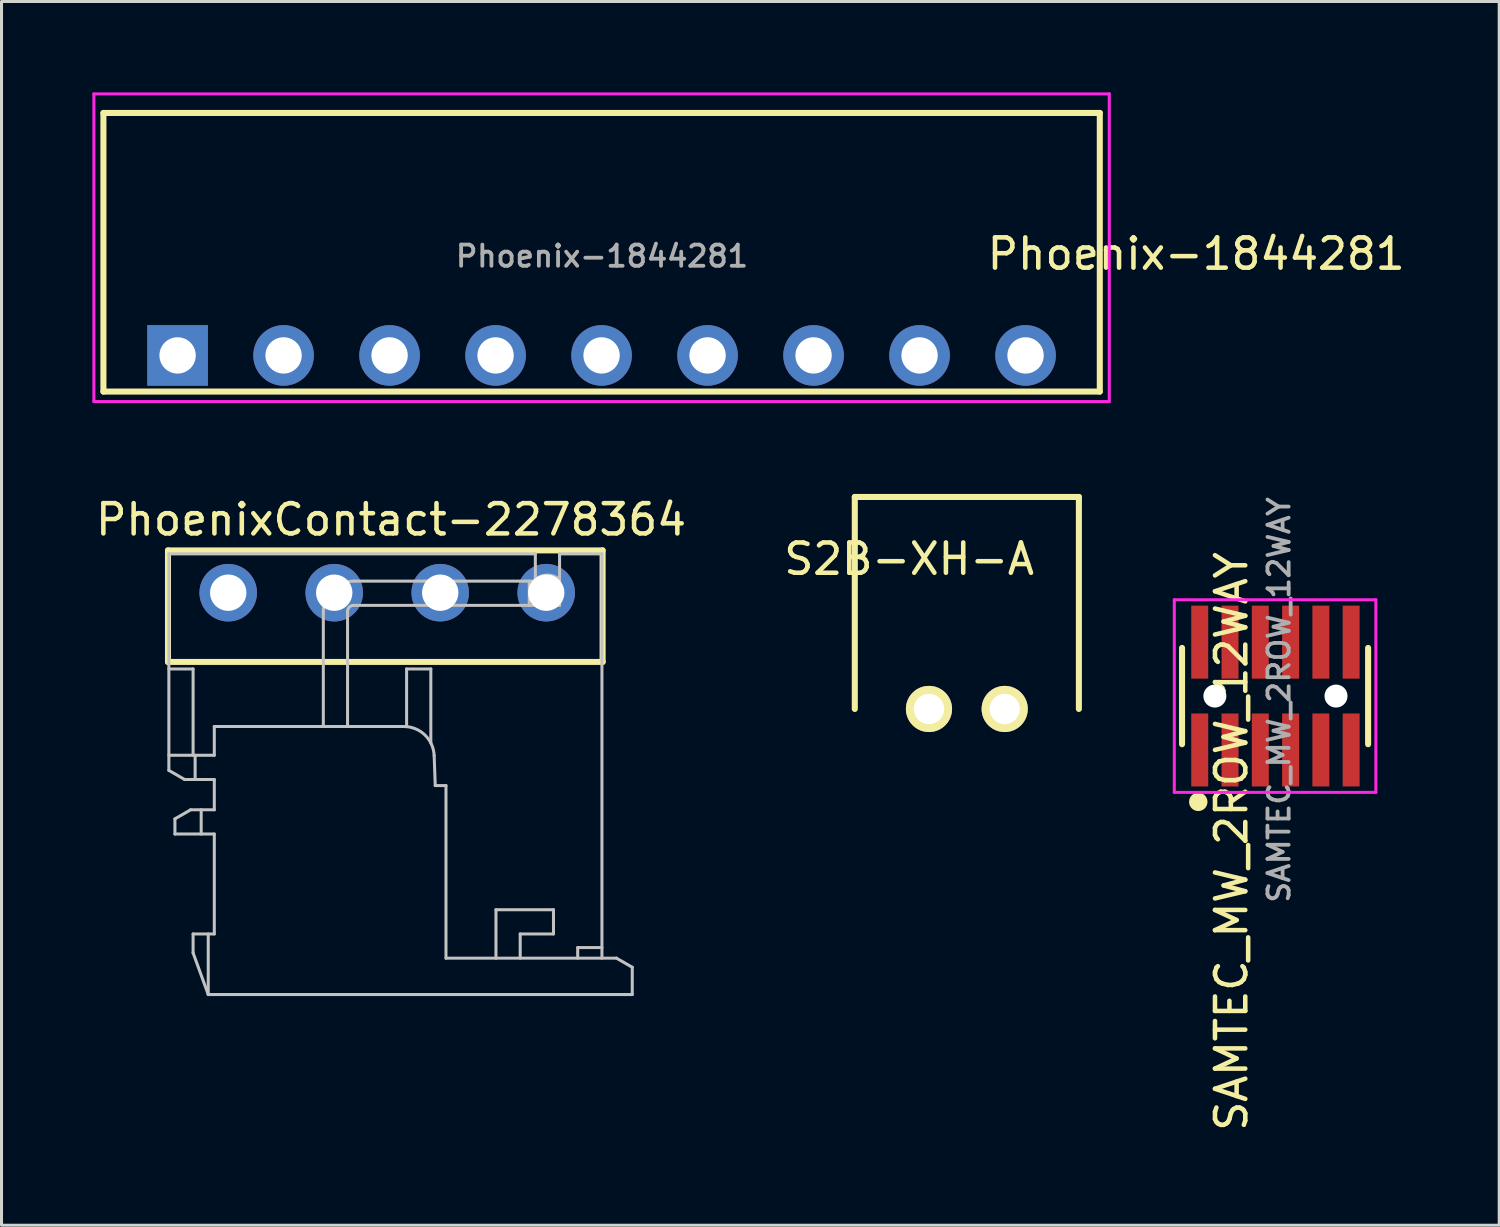
<source format=kicad_pcb>
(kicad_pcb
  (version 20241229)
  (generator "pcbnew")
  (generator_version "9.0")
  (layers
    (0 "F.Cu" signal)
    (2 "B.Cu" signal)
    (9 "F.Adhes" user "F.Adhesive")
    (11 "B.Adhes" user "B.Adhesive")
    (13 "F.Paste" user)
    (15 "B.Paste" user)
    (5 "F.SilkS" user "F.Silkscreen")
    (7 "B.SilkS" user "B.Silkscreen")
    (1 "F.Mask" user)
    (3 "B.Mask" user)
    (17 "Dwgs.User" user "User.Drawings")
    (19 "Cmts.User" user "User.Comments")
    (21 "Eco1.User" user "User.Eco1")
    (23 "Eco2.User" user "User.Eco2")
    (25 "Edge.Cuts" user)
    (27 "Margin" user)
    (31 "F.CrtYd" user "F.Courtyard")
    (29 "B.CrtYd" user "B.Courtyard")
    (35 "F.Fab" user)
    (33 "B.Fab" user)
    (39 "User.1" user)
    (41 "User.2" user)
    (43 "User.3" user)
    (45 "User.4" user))
  (footprint "PhoenixContact-2278364"
    (layer "F.Cu")
    (at 9.736 16.521)
    (property "Reference" "PhoenixContact-2278364" (at 0.127 -2.413 0) (layer "F.SilkS") (effects (font (size 1 1) (thickness 0.15))))
    (attr through_hole)
    (fp_line (start -7.239 -1.397) (end 7.112 -1.397) (stroke (width 0.2) (type solid)) (layer "F.SilkS"))
    (fp_line (start -7.239 2.286) (end -7.239 -1.397) (stroke (width 0.2) (type solid)) (layer "F.SilkS"))
    (fp_line (start 7.112 -1.397) (end 7.112 2.286) (stroke (width 0.2) (type solid)) (layer "F.SilkS"))
    (fp_line (start 7.112 2.286) (end -7.239 2.286) (stroke (width 0.2) (type solid)) (layer "F.SilkS"))
    (fp_line (start -7.21 -1.282) (end -7.21 5.868) (stroke (width 0.1) (type solid)) (layer "Dwgs.User"))
    (fp_line (start -7.21 2.518) (end -6.41 2.518) (stroke (width 0.1) (type solid)) (layer "Dwgs.User"))
    (fp_line (start -7.21 5.368) (end -5.71 5.368) (stroke (width 0.1) (type solid)) (layer "Dwgs.User"))
    (fp_line (start -7.01 7.468) (end -6.49 7.168) (stroke (width 0.1) (type solid)) (layer "Dwgs.User"))
    (fp_line (start -7.01 7.968) (end -7.01 7.468) (stroke (width 0.1) (type solid)) (layer "Dwgs.User"))
    (fp_line (start -7.01 7.968) (end -5.71 7.968) (stroke (width 0.1) (type solid)) (layer "Dwgs.User"))
    (fp_line (start -6.69 6.168) (end -7.21 5.868) (stroke (width 0.1) (type solid)) (layer "Dwgs.User"))
    (fp_line (start -6.49 7.168) (end -5.71 7.168) (stroke (width 0.1) (type solid)) (layer "Dwgs.User"))
    (fp_line (start -6.41 2.518) (end -6.41 5.368) (stroke (width 0.1) (type solid)) (layer "Dwgs.User"))
    (fp_line (start -6.41 11.268) (end -6.41 11.894) (stroke (width 0.1) (type solid)) (layer "Dwgs.User"))
    (fp_line (start -6.41 11.268) (end -5.71 11.268) (stroke (width 0.1) (type solid)) (layer "Dwgs.User"))
    (fp_line (start -6.343 5.368) (end -6.343 6.168) (stroke (width 0.1) (type solid)) (layer "Dwgs.User"))
    (fp_line (start -6.143 7.168) (end -6.143 7.968) (stroke (width 0.1) (type solid)) (layer "Dwgs.User"))
    (fp_line (start -5.91 11.268) (end -5.91 13.268) (stroke (width 0.1) (type solid)) (layer "Dwgs.User"))
    (fp_line (start -5.91 13.268) (end -6.41 11.894) (stroke (width 0.1) (type solid)) (layer "Dwgs.User"))
    (fp_line (start -5.71 5.368) (end -5.71 4.418) (stroke (width 0.1) (type solid)) (layer "Dwgs.User"))
    (fp_line (start -5.71 6.168) (end -6.69 6.168) (stroke (width 0.1) (type solid)) (layer "Dwgs.User"))
    (fp_line (start -5.71 7.168) (end -5.71 6.168) (stroke (width 0.1) (type solid)) (layer "Dwgs.User"))
    (fp_line (start -5.71 7.968) (end -5.71 11.268) (stroke (width 0.1) (type solid)) (layer "Dwgs.User"))
    (fp_line (start -2.11 0.618) (end -2.11 4.418) (stroke (width 0.1) (type solid)) (layer "Dwgs.User"))
    (fp_line (start -1.31 4.418) (end -1.31 0.618) (stroke (width 0.1) (type solid)) (layer "Dwgs.User"))
    (fp_line (start -1.109 0.418) (end 5.691 0.418) (stroke (width 0.1) (type solid)) (layer "Dwgs.User"))
    (fp_line (start 0.55 4.418) (end -5.71 4.418) (stroke (width 0.1) (type solid)) (layer "Dwgs.User"))
    (fp_line (start 0.64 2.518) (end 1.44 2.518) (stroke (width 0.1) (type solid)) (layer "Dwgs.User"))
    (fp_line (start 0.64 4.422) (end 0.64 2.518) (stroke (width 0.1) (type solid)) (layer "Dwgs.User"))
    (fp_line (start 1.44 2.518) (end 1.44 4.962) (stroke (width 0.1) (type solid)) (layer "Dwgs.User"))
    (fp_line (start 1.55 5.381) (end 1.586 6.368) (stroke (width 0.1) (type solid)) (layer "Dwgs.User"))
    (fp_line (start 1.586 6.368) (end 1.94 6.368) (stroke (width 0.1) (type solid)) (layer "Dwgs.User"))
    (fp_line (start 1.94 12.068) (end 1.94 6.368) (stroke (width 0.1) (type solid)) (layer "Dwgs.User"))
    (fp_line (start 3.591 10.468) (end 3.591 12.068) (stroke (width 0.1) (type solid)) (layer "Dwgs.User"))
    (fp_line (start 3.591 10.468) (end 5.49 10.468) (stroke (width 0.1) (type solid)) (layer "Dwgs.User"))
    (fp_line (start 4.391 11.268) (end 5.49 11.268) (stroke (width 0.1) (type solid)) (layer "Dwgs.User"))
    (fp_line (start 4.391 12.068) (end 4.391 11.268) (stroke (width 0.1) (type solid)) (layer "Dwgs.User"))
    (fp_line (start 4.691 0.418) (end 4.691 -0.382) (stroke (width 0.1) (type solid)) (layer "Dwgs.User"))
    (fp_line (start 4.891 -1.282) (end -7.21 -1.282) (stroke (width 0.1) (type solid)) (layer "Dwgs.User"))
    (fp_line (start 4.891 -1.282) (end 4.891 -0.382) (stroke (width 0.1) (type solid)) (layer "Dwgs.User"))
    (fp_line (start 5.49 11.268) (end 5.49 10.468) (stroke (width 0.1) (type solid)) (layer "Dwgs.User"))
    (fp_line (start 5.691 -1.282) (end 7.09 -1.282) (stroke (width 0.1) (type solid)) (layer "Dwgs.User"))
    (fp_line (start 5.691 -0.382) (end -1.109 -0.382) (stroke (width 0.1) (type solid)) (layer "Dwgs.User"))
    (fp_line (start 5.691 0.418) (end 5.691 -1.282) (stroke (width 0.1) (type solid)) (layer "Dwgs.User"))
    (fp_line (start 6.29 12.068) (end 6.29 11.718) (stroke (width 0.1) (type solid)) (layer "Dwgs.User"))
    (fp_line (start 7.09 11.718) (end 6.29 11.718) (stroke (width 0.1) (type solid)) (layer "Dwgs.User"))
    (fp_line (start 7.09 12.068) (end 7.09 -1.282) (stroke (width 0.1) (type solid)) (layer "Dwgs.User"))
    (fp_line (start 7.571 12.068) (end 1.94 12.068) (stroke (width 0.1) (type solid)) (layer "Dwgs.User"))
    (fp_line (start 7.571 12.068) (end 8.091 12.368) (stroke (width 0.1) (type solid)) (layer "Dwgs.User"))
    (fp_line (start 8.091 13.268) (end -5.91 13.268) (stroke (width 0.1) (type solid)) (layer "Dwgs.User"))
    (fp_line (start 8.091 13.268) (end 8.091 12.368) (stroke (width 0.1) (type solid)) (layer "Dwgs.User"))
    (fp_arc (start -2.1095 0.6181) (mid -1.816607 -0.089007) (end -1.1095 -0.3819) (stroke (width 0.1) (type solid)) (layer "Dwgs.User"))
    (fp_arc (start -1.3095 0.6181) (mid -1.250921 0.476679) (end -1.1095 0.4181) (stroke (width 0.1) (type solid)) (layer "Dwgs.User"))
    (fp_arc (start 0.5505 4.4181) (mid 1.244432 4.698059) (end 1.549818 5.381183) (stroke (width 0.1) (type solid)) (layer "Dwgs.User"))
    (fp_arc (start 4.8905 -0.429114) (mid 5.2905 -0.5819) (end 5.6905 -0.429114) (stroke (width 0.1) (type solid)) (layer "Dwgs.User"))
    (pad "1" thru_hole circle (at 1.75 0) (size 1.9 1.9) (drill 1.2) (layers "*.Cu" "*.Mask"))
    (pad "2" thru_hole circle (at -1.75 0) (size 1.9 1.9) (drill 1.2) (layers "*.Cu" "*.Mask"))
    (pad "3" thru_hole circle (at -5.25 0) (size 1.9 1.9) (drill 1.2) (layers "*.Cu" "*.Mask"))
    (pad "4" thru_hole circle (at 5.25 0) (size 1.9 1.9) (drill 1.2) (layers "*.Cu" "*.Mask")))
  (footprint "SAMTEC_MW_2ROW_12WAY"
    (placed yes)
    (layer "F.Cu")
    (at 39.565 19.934)
    (property "Reference" "SAMTEC_MW_2ROW_12WAY" (at -1.951 4.801 90) (layer "F.SilkS") (effects (font (size 1 1) (thickness 0.15))))
    (attr through_hole)
    (fp_line (start -3.584 -1.59) (end -3.584 1.59) (stroke (width 0.2) (type solid)) (layer "F.SilkS"))
    (fp_line (start -3.048 3.493) (end -2.985 3.493) (stroke (width 0.1) (type solid)) (layer "F.SilkS"))
    (fp_line (start 2.56 -1.59) (end 2.56 1.59) (stroke (width 0.2) (type solid)) (layer "F.SilkS"))
    (fp_circle (center -3.048 3.493) (end -2.985 3.493) (stroke (width 0.1) (type solid)) (fill no) (layer "F.SilkS"))
    (fp_circle (center -3.048 3.493) (end -2.921 3.493) (stroke (width 0.1) (type solid)) (fill no) (layer "F.SilkS"))
    (fp_circle (center -3.048 3.493) (end -2.857 3.493) (stroke (width 0.1) (type solid)) (fill no) (layer "F.SilkS"))
    (fp_circle (center -3.048 3.493) (end -2.794 3.493) (stroke (width 0.1) (type solid)) (fill no) (layer "F.SilkS"))
    (fp_line (start -3.84 -3.18) (end -3.84 3.18) (stroke (width 0.1) (type solid)) (layer "F.CrtYd"))
    (fp_line (start -3.84 3.18) (end 2.816 3.18) (stroke (width 0.1) (type solid)) (layer "F.CrtYd"))
    (fp_line (start 2.816 -3.18) (end -3.84 -3.18) (stroke (width 0.1) (type solid)) (layer "F.CrtYd"))
    (fp_line (start 2.816 3.18) (end 2.816 -3.18) (stroke (width 0.1) (type solid)) (layer "F.CrtYd"))
    (fp_text user "${REFERENCE}" (at -0.381 0.127 90) (layer "F.Fab") (effects (font (size 0.7 0.7) (thickness 0.125))))
    (pad "" np_thru_hole circle (at -2.5 0) (size 0.76 0.76) (drill 0.76) (layers "*.Cu" "*.Mask"))
    (pad "" np_thru_hole circle (at 1.5 0) (size 0.76 0.76) (drill 0.76) (layers "*.Cu" "*.Mask"))
    (pad "1" smd rect (at -3 1.78) (size 0.56 2.41) (layers "F.Cu" "F.Mask" "F.Paste"))
    (pad "2" smd rect (at -3 -1.78) (size 0.56 2.41) (layers "F.Cu" "F.Mask" "F.Paste"))
    (pad "3" smd rect (at -2 1.78) (size 0.56 2.41) (layers "F.Cu" "F.Mask" "F.Paste"))
    (pad "4" smd rect (at -2 -1.78) (size 0.56 2.41) (layers "F.Cu" "F.Mask" "F.Paste"))
    (pad "5" smd rect (at -1 1.78) (size 0.56 2.41) (layers "F.Cu" "F.Mask" "F.Paste"))
    (pad "6" smd rect (at -1 -1.78) (size 0.56 2.41) (layers "F.Cu" "F.Mask" "F.Paste"))
    (pad "7" smd rect (at 0 1.78) (size 0.56 2.41) (layers "F.Cu" "F.Mask" "F.Paste"))
    (pad "8" smd rect (at 0 -1.78) (size 0.56 2.41) (layers "F.Cu" "F.Mask" "F.Paste"))
    (pad "9" smd rect (at 1 1.78) (size 0.56 2.41) (layers "F.Cu" "F.Mask" "F.Paste"))
    (pad "10" smd rect (at 1 -1.78) (size 0.56 2.41) (layers "F.Cu" "F.Mask" "F.Paste"))
    (pad "11" smd rect (at 2 1.78) (size 0.56 2.41) (layers "F.Cu" "F.Mask" "F.Paste"))
    (pad "12" smd rect (at 2 -1.78) (size 0.56 2.41) (layers "F.Cu" "F.Mask" "F.Paste")))
  (footprint "Phoenix-1844281"
    (layer "F.Cu")
    (at 16.814 8.686)
    (property "Reference" "Phoenix-1844281" (at 19.634 -3.353 0) (layer "F.SilkS") (effects (font (size 1 1) (thickness 0.15))))
    (attr through_hole)
    (fp_line (start -16.449 -8.006) (end -16.449 1.194) (stroke (width 0.2) (type solid)) (layer "F.SilkS"))
    (fp_line (start 16.451 -8.006) (end -16.449 -8.006) (stroke (width 0.2) (type solid)) (layer "F.SilkS"))
    (fp_line (start 16.451 1.194) (end -16.449 1.194) (stroke (width 0.2) (type solid)) (layer "F.SilkS"))
    (fp_line (start 16.451 1.194) (end 16.451 -8.006) (stroke (width 0.2) (type solid)) (layer "F.SilkS"))
    (fp_line (start -16.764 -8.636) (end -16.764 1.524) (stroke (width 0.1) (type solid)) (layer "F.CrtYd"))
    (fp_line (start -16.764 1.524) (end 16.764 1.524) (stroke (width 0.1) (type solid)) (layer "F.CrtYd"))
    (fp_line (start 16.764 -8.636) (end -16.764 -8.636) (stroke (width 0.1) (type solid)) (layer "F.CrtYd"))
    (fp_line (start 16.764 1.524) (end 16.764 -8.636) (stroke (width 0.1) (type solid)) (layer "F.CrtYd"))
    (fp_text user "${REFERENCE}" (at 0.013 -3.277 0) (layer "F.Fab") (effects (font (size 0.7 0.7) (thickness 0.125))))
    (pad "1" thru_hole rect (at -14 0) (size 2 2) (drill 1.2) (layers "*.Cu" "*.Mask"))
    (pad "2" thru_hole circle (at -10.5 0) (size 2 2) (drill 1.2) (layers "*.Cu" "*.Mask"))
    (pad "3" thru_hole circle (at -7 0) (size 2 2) (drill 1.2) (layers "*.Cu" "*.Mask"))
    (pad "4" thru_hole circle (at -3.5 0) (size 2 2) (drill 1.2) (layers "*.Cu" "*.Mask"))
    (pad "5" thru_hole circle (at 0 0) (size 2 2) (drill 1.2) (layers "*.Cu" "*.Mask"))
    (pad "6" thru_hole circle (at 3.5 0) (size 2 2) (drill 1.2) (layers "*.Cu" "*.Mask"))
    (pad "7" thru_hole circle (at 7 0) (size 2 2) (drill 1.2) (layers "*.Cu" "*.Mask"))
    (pad "8" thru_hole circle (at 10.5 0) (size 2 2) (drill 1.2) (layers "*.Cu" "*.Mask"))
    (pad "9" thru_hole circle (at 14 0) (size 2 2) (drill 1.2) (layers "*.Cu" "*.Mask")))
  (footprint "S2B-XH-A"
    (layer "F.Cu")
    (at 28.875 20.36)
    (property "Reference" "S2B-XH-A" (at -1.905 -4.953 0) (layer "F.SilkS") (effects (font (size 1 1) (thickness 0.15))))
    (attr through_hole)
    (fp_line (start -3.7 -7) (end 3.7 -7) (stroke (width 0.2) (type solid)) (layer "F.SilkS"))
    (fp_line (start -3.7 0) (end -3.7 -7) (stroke (width 0.2) (type solid)) (layer "F.SilkS"))
    (fp_line (start 3.7 -7) (end 3.7 0) (stroke (width 0.2) (type solid)) (layer "F.SilkS"))
    (pad "1" thru_hole circle (at -1.25 0) (size 1.524 1.524) (drill 1) (layers "*.Cu" "*.Mask" "F.SilkS"))
    (pad "2" thru_hole circle (at 1.25 0) (size 1.524 1.524) (drill 1) (layers "*.Cu" "*.Mask" "F.SilkS")))
  (gr_rect
    (start -3 -3)
    (end 46.454 37.407)
    (stroke (width 0.1) (type default))
    (fill no)
    (layer "Edge.Cuts")))
</source>
